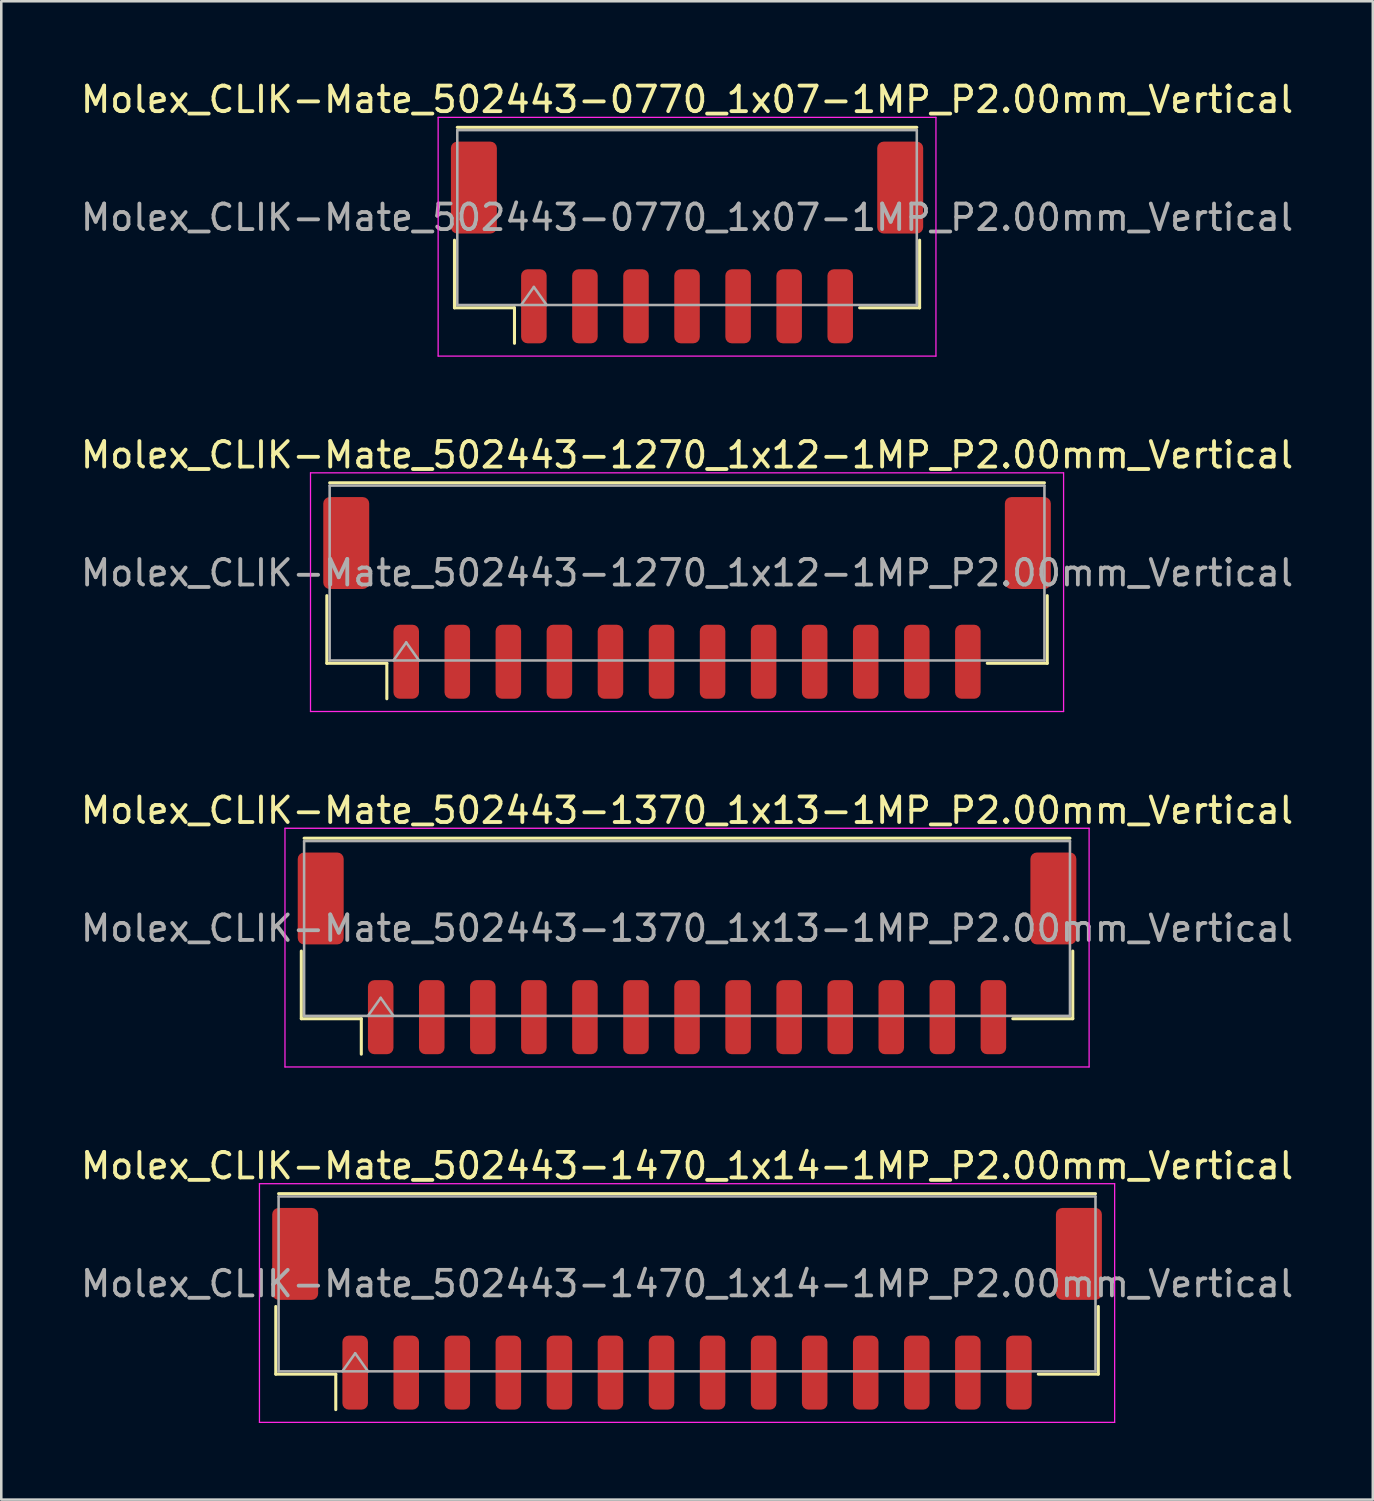
<source format=kicad_pcb>
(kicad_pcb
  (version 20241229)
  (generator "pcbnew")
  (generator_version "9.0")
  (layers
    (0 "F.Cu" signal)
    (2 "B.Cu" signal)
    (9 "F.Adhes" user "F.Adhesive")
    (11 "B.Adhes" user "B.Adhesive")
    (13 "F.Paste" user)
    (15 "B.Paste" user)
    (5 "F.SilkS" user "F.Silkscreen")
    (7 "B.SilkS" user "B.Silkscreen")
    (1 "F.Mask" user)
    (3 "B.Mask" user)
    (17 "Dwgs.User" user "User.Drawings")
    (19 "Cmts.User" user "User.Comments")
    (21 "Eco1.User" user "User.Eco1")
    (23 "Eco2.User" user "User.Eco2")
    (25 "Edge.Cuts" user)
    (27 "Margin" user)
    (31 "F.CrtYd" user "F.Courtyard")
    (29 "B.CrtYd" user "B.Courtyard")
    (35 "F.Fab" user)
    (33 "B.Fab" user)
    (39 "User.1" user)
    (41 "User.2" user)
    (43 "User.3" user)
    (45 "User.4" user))
  (footprint "Molex_CLIK-Mate_502443-1370_1x13-1MP_P2.00mm_Vertical"
    (layer "F.Cu")
    (at 23.863 34.295)
    (property "Reference" "Molex_CLIK-Mate_502443-1370_1x13-1MP_P2.00mm_Vertical" (at 0 -5.6 0) (layer "F.SilkS") (effects (font (size 1 1) (thickness 0.15))))
    (attr smd)
    (fp_line (start -15.11 -0.09) (end -15.11 2.56) (stroke (width 0.12) (type solid)) (layer "F.SilkS"))
    (fp_line (start -15.11 2.56) (end -12.76 2.56) (stroke (width 0.12) (type solid)) (layer "F.SilkS"))
    (fp_line (start -15 -4.51) (end 15 -4.51) (stroke (width 0.12) (type solid)) (layer "F.SilkS"))
    (fp_line (start -12.76 2.56) (end -12.76 3.95) (stroke (width 0.12) (type solid)) (layer "F.SilkS"))
    (fp_line (start 15.11 -0.09) (end 15.11 2.56) (stroke (width 0.12) (type solid)) (layer "F.SilkS"))
    (fp_line (start 15.11 2.56) (end 12.76 2.56) (stroke (width 0.12) (type solid)) (layer "F.SilkS"))
    (fp_line (start -15.75 -4.9) (end -15.75 4.45) (stroke (width 0.05) (type solid)) (layer "F.CrtYd"))
    (fp_line (start -15.75 4.45) (end 15.75 4.45) (stroke (width 0.05) (type solid)) (layer "F.CrtYd"))
    (fp_line (start 15.75 -4.9) (end -15.75 -4.9) (stroke (width 0.05) (type solid)) (layer "F.CrtYd"))
    (fp_line (start 15.75 4.45) (end 15.75 -4.9) (stroke (width 0.05) (type solid)) (layer "F.CrtYd"))
    (fp_line (start -15 -4.4) (end 15 -4.4) (stroke (width 0.1) (type solid)) (layer "F.Fab"))
    (fp_line (start -15 2.45) (end -15 -4.4) (stroke (width 0.1) (type solid)) (layer "F.Fab"))
    (fp_line (start -15 2.45) (end 15 2.45) (stroke (width 0.1) (type solid)) (layer "F.Fab"))
    (fp_line (start -12.5 2.45) (end -12 1.743) (stroke (width 0.1) (type solid)) (layer "F.Fab"))
    (fp_line (start -12 1.743) (end -11.5 2.45) (stroke (width 0.1) (type solid)) (layer "F.Fab"))
    (fp_line (start 15 2.45) (end 15 -4.4) (stroke (width 0.1) (type solid)) (layer "F.Fab"))
    (fp_text user "${REFERENCE}" (at 0 -0.98 0) (layer "F.Fab") (effects (font (size 1 1) (thickness 0.15))))
    (pad "1" smd roundrect (at -12 2.5) (size 1 2.9) (layers "F.Cu" "F.Mask" "F.Paste") (roundrect_rratio 0.25))
    (pad "2" smd roundrect (at -10 2.5) (size 1 2.9) (layers "F.Cu" "F.Mask" "F.Paste") (roundrect_rratio 0.25))
    (pad "3" smd roundrect (at -8 2.5) (size 1 2.9) (layers "F.Cu" "F.Mask" "F.Paste") (roundrect_rratio 0.25))
    (pad "4" smd roundrect (at -6 2.5) (size 1 2.9) (layers "F.Cu" "F.Mask" "F.Paste") (roundrect_rratio 0.25))
    (pad "5" smd roundrect (at -4 2.5) (size 1 2.9) (layers "F.Cu" "F.Mask" "F.Paste") (roundrect_rratio 0.25))
    (pad "6" smd roundrect (at -2 2.5) (size 1 2.9) (layers "F.Cu" "F.Mask" "F.Paste") (roundrect_rratio 0.25))
    (pad "7" smd roundrect (at 0 2.5) (size 1 2.9) (layers "F.Cu" "F.Mask" "F.Paste") (roundrect_rratio 0.25))
    (pad "8" smd roundrect (at 2 2.5) (size 1 2.9) (layers "F.Cu" "F.Mask" "F.Paste") (roundrect_rratio 0.25))
    (pad "9" smd roundrect (at 4 2.5) (size 1 2.9) (layers "F.Cu" "F.Mask" "F.Paste") (roundrect_rratio 0.25))
    (pad "10" smd roundrect (at 6 2.5) (size 1 2.9) (layers "F.Cu" "F.Mask" "F.Paste") (roundrect_rratio 0.25))
    (pad "11" smd roundrect (at 8 2.5) (size 1 2.9) (layers "F.Cu" "F.Mask" "F.Paste") (roundrect_rratio 0.25))
    (pad "12" smd roundrect (at 10 2.5) (size 1 2.9) (layers "F.Cu" "F.Mask" "F.Paste") (roundrect_rratio 0.25))
    (pad "13" smd roundrect (at 12 2.5) (size 1 2.9) (layers "F.Cu" "F.Mask" "F.Paste") (roundrect_rratio 0.25))
    (pad "MP" smd roundrect (at -14.35 -2.15) (size 1.8 3.6) (layers "F.Cu" "F.Mask" "F.Paste") (roundrect_rratio 0.139))
    (pad "MP" smd roundrect (at 14.35 -2.15) (size 1.8 3.6) (layers "F.Cu" "F.Mask" "F.Paste") (roundrect_rratio 0.139)))
  (footprint "Molex_CLIK-Mate_502443-1470_1x14-1MP_P2.00mm_Vertical"
    (layer "F.Cu")
    (at 23.863 48.218)
    (property "Reference" "Molex_CLIK-Mate_502443-1470_1x14-1MP_P2.00mm_Vertical" (at 0 -5.6 0) (layer "F.SilkS") (effects (font (size 1 1) (thickness 0.15))))
    (attr smd)
    (fp_line (start -16.11 -0.09) (end -16.11 2.56) (stroke (width 0.12) (type solid)) (layer "F.SilkS"))
    (fp_line (start -16.11 2.56) (end -13.76 2.56) (stroke (width 0.12) (type solid)) (layer "F.SilkS"))
    (fp_line (start -16 -4.51) (end 16 -4.51) (stroke (width 0.12) (type solid)) (layer "F.SilkS"))
    (fp_line (start -13.76 2.56) (end -13.76 3.95) (stroke (width 0.12) (type solid)) (layer "F.SilkS"))
    (fp_line (start 16.11 -0.09) (end 16.11 2.56) (stroke (width 0.12) (type solid)) (layer "F.SilkS"))
    (fp_line (start 16.11 2.56) (end 13.76 2.56) (stroke (width 0.12) (type solid)) (layer "F.SilkS"))
    (fp_line (start -16.75 -4.9) (end -16.75 4.45) (stroke (width 0.05) (type solid)) (layer "F.CrtYd"))
    (fp_line (start -16.75 4.45) (end 16.75 4.45) (stroke (width 0.05) (type solid)) (layer "F.CrtYd"))
    (fp_line (start 16.75 -4.9) (end -16.75 -4.9) (stroke (width 0.05) (type solid)) (layer "F.CrtYd"))
    (fp_line (start 16.75 4.45) (end 16.75 -4.9) (stroke (width 0.05) (type solid)) (layer "F.CrtYd"))
    (fp_line (start -16 -4.4) (end 16 -4.4) (stroke (width 0.1) (type solid)) (layer "F.Fab"))
    (fp_line (start -16 2.45) (end -16 -4.4) (stroke (width 0.1) (type solid)) (layer "F.Fab"))
    (fp_line (start -16 2.45) (end 16 2.45) (stroke (width 0.1) (type solid)) (layer "F.Fab"))
    (fp_line (start -13.5 2.45) (end -13 1.743) (stroke (width 0.1) (type solid)) (layer "F.Fab"))
    (fp_line (start -13 1.743) (end -12.5 2.45) (stroke (width 0.1) (type solid)) (layer "F.Fab"))
    (fp_line (start 16 2.45) (end 16 -4.4) (stroke (width 0.1) (type solid)) (layer "F.Fab"))
    (fp_text user "${REFERENCE}" (at 0 -0.98 0) (layer "F.Fab") (effects (font (size 1 1) (thickness 0.15))))
    (pad "1" smd roundrect (at -13 2.5) (size 1 2.9) (layers "F.Cu" "F.Mask" "F.Paste") (roundrect_rratio 0.25))
    (pad "2" smd roundrect (at -11 2.5) (size 1 2.9) (layers "F.Cu" "F.Mask" "F.Paste") (roundrect_rratio 0.25))
    (pad "3" smd roundrect (at -9 2.5) (size 1 2.9) (layers "F.Cu" "F.Mask" "F.Paste") (roundrect_rratio 0.25))
    (pad "4" smd roundrect (at -7 2.5) (size 1 2.9) (layers "F.Cu" "F.Mask" "F.Paste") (roundrect_rratio 0.25))
    (pad "5" smd roundrect (at -5 2.5) (size 1 2.9) (layers "F.Cu" "F.Mask" "F.Paste") (roundrect_rratio 0.25))
    (pad "6" smd roundrect (at -3 2.5) (size 1 2.9) (layers "F.Cu" "F.Mask" "F.Paste") (roundrect_rratio 0.25))
    (pad "7" smd roundrect (at -1 2.5) (size 1 2.9) (layers "F.Cu" "F.Mask" "F.Paste") (roundrect_rratio 0.25))
    (pad "8" smd roundrect (at 1 2.5) (size 1 2.9) (layers "F.Cu" "F.Mask" "F.Paste") (roundrect_rratio 0.25))
    (pad "9" smd roundrect (at 3 2.5) (size 1 2.9) (layers "F.Cu" "F.Mask" "F.Paste") (roundrect_rratio 0.25))
    (pad "10" smd roundrect (at 5 2.5) (size 1 2.9) (layers "F.Cu" "F.Mask" "F.Paste") (roundrect_rratio 0.25))
    (pad "11" smd roundrect (at 7 2.5) (size 1 2.9) (layers "F.Cu" "F.Mask" "F.Paste") (roundrect_rratio 0.25))
    (pad "12" smd roundrect (at 9 2.5) (size 1 2.9) (layers "F.Cu" "F.Mask" "F.Paste") (roundrect_rratio 0.25))
    (pad "13" smd roundrect (at 11 2.5) (size 1 2.9) (layers "F.Cu" "F.Mask" "F.Paste") (roundrect_rratio 0.25))
    (pad "14" smd roundrect (at 13 2.5) (size 1 2.9) (layers "F.Cu" "F.Mask" "F.Paste") (roundrect_rratio 0.25))
    (pad "MP" smd roundrect (at -15.35 -2.15) (size 1.8 3.6) (layers "F.Cu" "F.Mask" "F.Paste") (roundrect_rratio 0.139))
    (pad "MP" smd roundrect (at 15.35 -2.15) (size 1.8 3.6) (layers "F.Cu" "F.Mask" "F.Paste") (roundrect_rratio 0.139)))
  (footprint "Molex_CLIK-Mate_502443-0770_1x07-1MP_P2.00mm_Vertical"
    (layer "F.Cu")
    (at 23.863 6.448)
    (property "Reference" "Molex_CLIK-Mate_502443-0770_1x07-1MP_P2.00mm_Vertical" (at 0 -5.6 0) (layer "F.SilkS") (effects (font (size 1 1) (thickness 0.15))))
    (attr smd)
    (fp_line (start -9.11 -0.09) (end -9.11 2.56) (stroke (width 0.12) (type solid)) (layer "F.SilkS"))
    (fp_line (start -9.11 2.56) (end -6.76 2.56) (stroke (width 0.12) (type solid)) (layer "F.SilkS"))
    (fp_line (start -9 -4.51) (end 9 -4.51) (stroke (width 0.12) (type solid)) (layer "F.SilkS"))
    (fp_line (start -6.76 2.56) (end -6.76 3.95) (stroke (width 0.12) (type solid)) (layer "F.SilkS"))
    (fp_line (start 9.11 -0.09) (end 9.11 2.56) (stroke (width 0.12) (type solid)) (layer "F.SilkS"))
    (fp_line (start 9.11 2.56) (end 6.76 2.56) (stroke (width 0.12) (type solid)) (layer "F.SilkS"))
    (fp_line (start -9.75 -4.9) (end -9.75 4.45) (stroke (width 0.05) (type solid)) (layer "F.CrtYd"))
    (fp_line (start -9.75 4.45) (end 9.75 4.45) (stroke (width 0.05) (type solid)) (layer "F.CrtYd"))
    (fp_line (start 9.75 -4.9) (end -9.75 -4.9) (stroke (width 0.05) (type solid)) (layer "F.CrtYd"))
    (fp_line (start 9.75 4.45) (end 9.75 -4.9) (stroke (width 0.05) (type solid)) (layer "F.CrtYd"))
    (fp_line (start -9 -4.4) (end 9 -4.4) (stroke (width 0.1) (type solid)) (layer "F.Fab"))
    (fp_line (start -9 2.45) (end -9 -4.4) (stroke (width 0.1) (type solid)) (layer "F.Fab"))
    (fp_line (start -9 2.45) (end 9 2.45) (stroke (width 0.1) (type solid)) (layer "F.Fab"))
    (fp_line (start -6.5 2.45) (end -6 1.743) (stroke (width 0.1) (type solid)) (layer "F.Fab"))
    (fp_line (start -6 1.743) (end -5.5 2.45) (stroke (width 0.1) (type solid)) (layer "F.Fab"))
    (fp_line (start 9 2.45) (end 9 -4.4) (stroke (width 0.1) (type solid)) (layer "F.Fab"))
    (fp_text user "${REFERENCE}" (at 0 -0.98 0) (layer "F.Fab") (effects (font (size 1 1) (thickness 0.15))))
    (pad "1" smd roundrect (at -6 2.5) (size 1 2.9) (layers "F.Cu" "F.Mask" "F.Paste") (roundrect_rratio 0.25))
    (pad "2" smd roundrect (at -4 2.5) (size 1 2.9) (layers "F.Cu" "F.Mask" "F.Paste") (roundrect_rratio 0.25))
    (pad "3" smd roundrect (at -2 2.5) (size 1 2.9) (layers "F.Cu" "F.Mask" "F.Paste") (roundrect_rratio 0.25))
    (pad "4" smd roundrect (at 0 2.5) (size 1 2.9) (layers "F.Cu" "F.Mask" "F.Paste") (roundrect_rratio 0.25))
    (pad "5" smd roundrect (at 2 2.5) (size 1 2.9) (layers "F.Cu" "F.Mask" "F.Paste") (roundrect_rratio 0.25))
    (pad "6" smd roundrect (at 4 2.5) (size 1 2.9) (layers "F.Cu" "F.Mask" "F.Paste") (roundrect_rratio 0.25))
    (pad "7" smd roundrect (at 6 2.5) (size 1 2.9) (layers "F.Cu" "F.Mask" "F.Paste") (roundrect_rratio 0.25))
    (pad "MP" smd roundrect (at -8.35 -2.15) (size 1.8 3.6) (layers "F.Cu" "F.Mask" "F.Paste") (roundrect_rratio 0.139))
    (pad "MP" smd roundrect (at 8.35 -2.15) (size 1.8 3.6) (layers "F.Cu" "F.Mask" "F.Paste") (roundrect_rratio 0.139)))
  (footprint "Molex_CLIK-Mate_502443-1270_1x12-1MP_P2.00mm_Vertical"
    (layer "F.Cu")
    (at 23.863 20.372)
    (property "Reference" "Molex_CLIK-Mate_502443-1270_1x12-1MP_P2.00mm_Vertical" (at 0 -5.6 0) (layer "F.SilkS") (effects (font (size 1 1) (thickness 0.15))))
    (attr smd)
    (fp_line (start -14.11 -0.09) (end -14.11 2.56) (stroke (width 0.12) (type solid)) (layer "F.SilkS"))
    (fp_line (start -14.11 2.56) (end -11.76 2.56) (stroke (width 0.12) (type solid)) (layer "F.SilkS"))
    (fp_line (start -14 -4.51) (end 14 -4.51) (stroke (width 0.12) (type solid)) (layer "F.SilkS"))
    (fp_line (start -11.76 2.56) (end -11.76 3.95) (stroke (width 0.12) (type solid)) (layer "F.SilkS"))
    (fp_line (start 14.11 -0.09) (end 14.11 2.56) (stroke (width 0.12) (type solid)) (layer "F.SilkS"))
    (fp_line (start 14.11 2.56) (end 11.76 2.56) (stroke (width 0.12) (type solid)) (layer "F.SilkS"))
    (fp_line (start -14.75 -4.9) (end -14.75 4.45) (stroke (width 0.05) (type solid)) (layer "F.CrtYd"))
    (fp_line (start -14.75 4.45) (end 14.75 4.45) (stroke (width 0.05) (type solid)) (layer "F.CrtYd"))
    (fp_line (start 14.75 -4.9) (end -14.75 -4.9) (stroke (width 0.05) (type solid)) (layer "F.CrtYd"))
    (fp_line (start 14.75 4.45) (end 14.75 -4.9) (stroke (width 0.05) (type solid)) (layer "F.CrtYd"))
    (fp_line (start -14 -4.4) (end 14 -4.4) (stroke (width 0.1) (type solid)) (layer "F.Fab"))
    (fp_line (start -14 2.45) (end -14 -4.4) (stroke (width 0.1) (type solid)) (layer "F.Fab"))
    (fp_line (start -14 2.45) (end 14 2.45) (stroke (width 0.1) (type solid)) (layer "F.Fab"))
    (fp_line (start -11.5 2.45) (end -11 1.743) (stroke (width 0.1) (type solid)) (layer "F.Fab"))
    (fp_line (start -11 1.743) (end -10.5 2.45) (stroke (width 0.1) (type solid)) (layer "F.Fab"))
    (fp_line (start 14 2.45) (end 14 -4.4) (stroke (width 0.1) (type solid)) (layer "F.Fab"))
    (fp_text user "${REFERENCE}" (at 0 -0.98 0) (layer "F.Fab") (effects (font (size 1 1) (thickness 0.15))))
    (pad "1" smd roundrect (at -11 2.5) (size 1 2.9) (layers "F.Cu" "F.Mask" "F.Paste") (roundrect_rratio 0.25))
    (pad "2" smd roundrect (at -9 2.5) (size 1 2.9) (layers "F.Cu" "F.Mask" "F.Paste") (roundrect_rratio 0.25))
    (pad "3" smd roundrect (at -7 2.5) (size 1 2.9) (layers "F.Cu" "F.Mask" "F.Paste") (roundrect_rratio 0.25))
    (pad "4" smd roundrect (at -5 2.5) (size 1 2.9) (layers "F.Cu" "F.Mask" "F.Paste") (roundrect_rratio 0.25))
    (pad "5" smd roundrect (at -3 2.5) (size 1 2.9) (layers "F.Cu" "F.Mask" "F.Paste") (roundrect_rratio 0.25))
    (pad "6" smd roundrect (at -1 2.5) (size 1 2.9) (layers "F.Cu" "F.Mask" "F.Paste") (roundrect_rratio 0.25))
    (pad "7" smd roundrect (at 1 2.5) (size 1 2.9) (layers "F.Cu" "F.Mask" "F.Paste") (roundrect_rratio 0.25))
    (pad "8" smd roundrect (at 3 2.5) (size 1 2.9) (layers "F.Cu" "F.Mask" "F.Paste") (roundrect_rratio 0.25))
    (pad "9" smd roundrect (at 5 2.5) (size 1 2.9) (layers "F.Cu" "F.Mask" "F.Paste") (roundrect_rratio 0.25))
    (pad "10" smd roundrect (at 7 2.5) (size 1 2.9) (layers "F.Cu" "F.Mask" "F.Paste") (roundrect_rratio 0.25))
    (pad "11" smd roundrect (at 9 2.5) (size 1 2.9) (layers "F.Cu" "F.Mask" "F.Paste") (roundrect_rratio 0.25))
    (pad "12" smd roundrect (at 11 2.5) (size 1 2.9) (layers "F.Cu" "F.Mask" "F.Paste") (roundrect_rratio 0.25))
    (pad "MP" smd roundrect (at -13.35 -2.15) (size 1.8 3.6) (layers "F.Cu" "F.Mask" "F.Paste") (roundrect_rratio 0.139))
    (pad "MP" smd roundrect (at 13.35 -2.15) (size 1.8 3.6) (layers "F.Cu" "F.Mask" "F.Paste") (roundrect_rratio 0.139)))
  (gr_rect
    (start -3 -3)
    (end 50.726 55.693)
    (stroke (width 0.1) (type default))
    (fill no)
    (layer "Edge.Cuts")))
</source>
